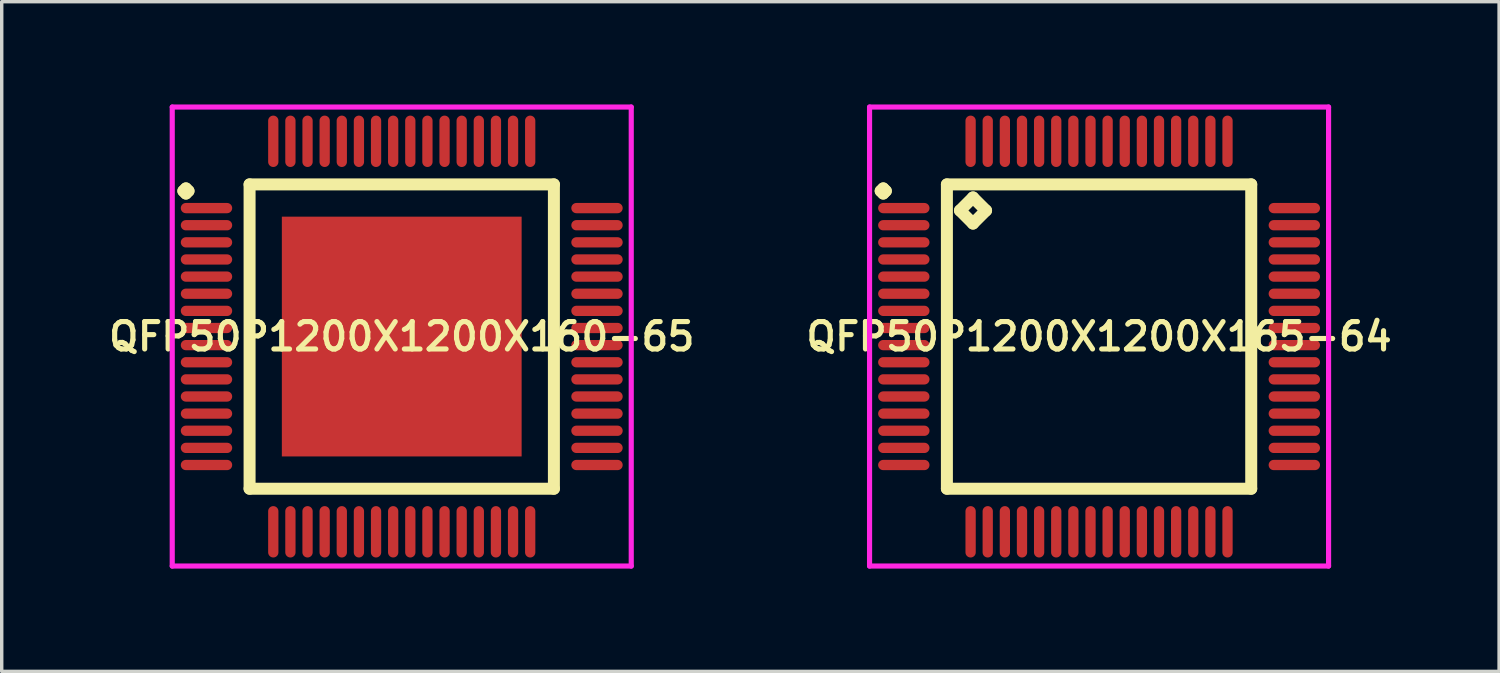
<source format=kicad_pcb>
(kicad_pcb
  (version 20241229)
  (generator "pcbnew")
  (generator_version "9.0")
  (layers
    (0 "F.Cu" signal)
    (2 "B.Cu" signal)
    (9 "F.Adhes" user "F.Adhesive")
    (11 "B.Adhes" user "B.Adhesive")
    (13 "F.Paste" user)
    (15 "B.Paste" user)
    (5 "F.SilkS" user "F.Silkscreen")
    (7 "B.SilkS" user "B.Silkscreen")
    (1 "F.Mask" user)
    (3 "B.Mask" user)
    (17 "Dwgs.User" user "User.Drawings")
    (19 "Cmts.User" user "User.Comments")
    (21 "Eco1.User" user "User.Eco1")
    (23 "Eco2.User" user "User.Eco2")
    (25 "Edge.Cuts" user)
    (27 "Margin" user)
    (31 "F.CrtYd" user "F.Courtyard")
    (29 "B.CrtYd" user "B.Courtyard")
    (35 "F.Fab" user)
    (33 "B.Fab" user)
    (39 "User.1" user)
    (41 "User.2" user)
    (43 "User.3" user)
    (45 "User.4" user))
  (footprint "QFP50P1200X1200X160-65"
    (layer "F.Cu")
    (at 8.678 6.775)
    (property "Reference" "QFP50P1200X1200X160-65" (at 0 0 0) (layer "F.SilkS") (effects (font (size 0.8 0.8) (thickness 0.15))))
    (attr smd)
    (fp_line (start -6.375 -4.25) (end -6.3 -4.325) (stroke (width 0.35) (type solid)) (layer "F.SilkS"))
    (fp_line (start -6.3 -4.325) (end -6.225 -4.25) (stroke (width 0.35) (type solid)) (layer "F.SilkS"))
    (fp_line (start -6.3 -4.175) (end -6.375 -4.25) (stroke (width 0.35) (type solid)) (layer "F.SilkS"))
    (fp_line (start -6.225 -4.25) (end -6.3 -4.175) (stroke (width 0.35) (type solid)) (layer "F.SilkS"))
    (fp_line (start -4.442 -4.442) (end -4.442 4.442) (stroke (width 0.35) (type solid)) (layer "F.SilkS"))
    (fp_line (start -4.442 4.442) (end 4.442 4.442) (stroke (width 0.35) (type solid)) (layer "F.SilkS"))
    (fp_line (start 4.442 -4.442) (end -4.442 -4.442) (stroke (width 0.35) (type solid)) (layer "F.SilkS"))
    (fp_line (start 4.442 4.442) (end 4.442 -4.442) (stroke (width 0.35) (type solid)) (layer "F.SilkS"))
    (fp_line (start -6.7 -6.7) (end 6.7 -6.7) (stroke (width 0.15) (type solid)) (layer "F.CrtYd"))
    (fp_line (start -6.7 6.7) (end -6.7 -6.7) (stroke (width 0.15) (type solid)) (layer "F.CrtYd"))
    (fp_line (start 6.7 -6.7) (end 6.7 6.7) (stroke (width 0.15) (type solid)) (layer "F.CrtYd"))
    (fp_line (start 6.7 6.7) (end -6.7 6.7) (stroke (width 0.15) (type solid)) (layer "F.CrtYd"))
    (pad "1" smd oval (at -5.7 -3.75) (size 1.5 0.3) (layers "F.Cu" "F.Mask" "F.Paste"))
    (pad "2" smd oval (at -5.7 -3.25) (size 1.5 0.3) (layers "F.Cu" "F.Mask" "F.Paste"))
    (pad "3" smd oval (at -5.7 -2.75) (size 1.5 0.3) (layers "F.Cu" "F.Mask" "F.Paste"))
    (pad "4" smd oval (at -5.7 -2.25) (size 1.5 0.3) (layers "F.Cu" "F.Mask" "F.Paste"))
    (pad "5" smd oval (at -5.7 -1.75) (size 1.5 0.3) (layers "F.Cu" "F.Mask" "F.Paste"))
    (pad "6" smd oval (at -5.7 -1.25) (size 1.5 0.3) (layers "F.Cu" "F.Mask" "F.Paste"))
    (pad "7" smd oval (at -5.7 -0.75) (size 1.5 0.3) (layers "F.Cu" "F.Mask" "F.Paste"))
    (pad "8" smd oval (at -5.7 -0.25) (size 1.5 0.3) (layers "F.Cu" "F.Mask" "F.Paste"))
    (pad "9" smd oval (at -5.7 0.25) (size 1.5 0.3) (layers "F.Cu" "F.Mask" "F.Paste"))
    (pad "10" smd oval (at -5.7 0.75) (size 1.5 0.3) (layers "F.Cu" "F.Mask" "F.Paste"))
    (pad "11" smd oval (at -5.7 1.25) (size 1.5 0.3) (layers "F.Cu" "F.Mask" "F.Paste"))
    (pad "12" smd oval (at -5.7 1.75) (size 1.5 0.3) (layers "F.Cu" "F.Mask" "F.Paste"))
    (pad "13" smd oval (at -5.7 2.25) (size 1.5 0.3) (layers "F.Cu" "F.Mask" "F.Paste"))
    (pad "14" smd oval (at -5.7 2.75) (size 1.5 0.3) (layers "F.Cu" "F.Mask" "F.Paste"))
    (pad "15" smd oval (at -5.7 3.25) (size 1.5 0.3) (layers "F.Cu" "F.Mask" "F.Paste"))
    (pad "16" smd oval (at -5.7 3.75) (size 1.5 0.3) (layers "F.Cu" "F.Mask" "F.Paste"))
    (pad "17" smd oval (at -3.75 5.7) (size 0.3 1.5) (layers "F.Cu" "F.Mask" "F.Paste"))
    (pad "18" smd oval (at -3.25 5.7) (size 0.3 1.5) (layers "F.Cu" "F.Mask" "F.Paste"))
    (pad "19" smd oval (at -2.75 5.7) (size 0.3 1.5) (layers "F.Cu" "F.Mask" "F.Paste"))
    (pad "20" smd oval (at -2.25 5.7) (size 0.3 1.5) (layers "F.Cu" "F.Mask" "F.Paste"))
    (pad "21" smd oval (at -1.75 5.7) (size 0.3 1.5) (layers "F.Cu" "F.Mask" "F.Paste"))
    (pad "22" smd oval (at -1.25 5.7) (size 0.3 1.5) (layers "F.Cu" "F.Mask" "F.Paste"))
    (pad "23" smd oval (at -0.75 5.7) (size 0.3 1.5) (layers "F.Cu" "F.Mask" "F.Paste"))
    (pad "24" smd oval (at -0.25 5.7) (size 0.3 1.5) (layers "F.Cu" "F.Mask" "F.Paste"))
    (pad "25" smd oval (at 0.25 5.7) (size 0.3 1.5) (layers "F.Cu" "F.Mask" "F.Paste"))
    (pad "26" smd oval (at 0.75 5.7) (size 0.3 1.5) (layers "F.Cu" "F.Mask" "F.Paste"))
    (pad "27" smd oval (at 1.25 5.7) (size 0.3 1.5) (layers "F.Cu" "F.Mask" "F.Paste"))
    (pad "28" smd oval (at 1.75 5.7) (size 0.3 1.5) (layers "F.Cu" "F.Mask" "F.Paste"))
    (pad "29" smd oval (at 2.25 5.7) (size 0.3 1.5) (layers "F.Cu" "F.Mask" "F.Paste"))
    (pad "30" smd oval (at 2.75 5.7) (size 0.3 1.5) (layers "F.Cu" "F.Mask" "F.Paste"))
    (pad "31" smd oval (at 3.25 5.7) (size 0.3 1.5) (layers "F.Cu" "F.Mask" "F.Paste"))
    (pad "32" smd oval (at 3.75 5.7) (size 0.3 1.5) (layers "F.Cu" "F.Mask" "F.Paste"))
    (pad "33" smd oval (at 5.7 3.75) (size 1.5 0.3) (layers "F.Cu" "F.Mask" "F.Paste"))
    (pad "34" smd oval (at 5.7 3.25) (size 1.5 0.3) (layers "F.Cu" "F.Mask" "F.Paste"))
    (pad "35" smd oval (at 5.7 2.75) (size 1.5 0.3) (layers "F.Cu" "F.Mask" "F.Paste"))
    (pad "36" smd oval (at 5.7 2.25) (size 1.5 0.3) (layers "F.Cu" "F.Mask" "F.Paste"))
    (pad "37" smd oval (at 5.7 1.75) (size 1.5 0.3) (layers "F.Cu" "F.Mask" "F.Paste"))
    (pad "38" smd oval (at 5.7 1.25) (size 1.5 0.3) (layers "F.Cu" "F.Mask" "F.Paste"))
    (pad "39" smd oval (at 5.7 0.75) (size 1.5 0.3) (layers "F.Cu" "F.Mask" "F.Paste"))
    (pad "40" smd oval (at 5.7 0.25) (size 1.5 0.3) (layers "F.Cu" "F.Mask" "F.Paste"))
    (pad "41" smd oval (at 5.7 -0.25) (size 1.5 0.3) (layers "F.Cu" "F.Mask" "F.Paste"))
    (pad "42" smd oval (at 5.7 -0.75) (size 1.5 0.3) (layers "F.Cu" "F.Mask" "F.Paste"))
    (pad "43" smd oval (at 5.7 -1.25) (size 1.5 0.3) (layers "F.Cu" "F.Mask" "F.Paste"))
    (pad "44" smd oval (at 5.7 -1.75) (size 1.5 0.3) (layers "F.Cu" "F.Mask" "F.Paste"))
    (pad "45" smd oval (at 5.7 -2.25) (size 1.5 0.3) (layers "F.Cu" "F.Mask" "F.Paste"))
    (pad "46" smd oval (at 5.7 -2.75) (size 1.5 0.3) (layers "F.Cu" "F.Mask" "F.Paste"))
    (pad "47" smd oval (at 5.7 -3.25) (size 1.5 0.3) (layers "F.Cu" "F.Mask" "F.Paste"))
    (pad "48" smd oval (at 5.7 -3.75) (size 1.5 0.3) (layers "F.Cu" "F.Mask" "F.Paste"))
    (pad "49" smd oval (at 3.75 -5.7) (size 0.3 1.5) (layers "F.Cu" "F.Mask" "F.Paste"))
    (pad "50" smd oval (at 3.25 -5.7) (size 0.3 1.5) (layers "F.Cu" "F.Mask" "F.Paste"))
    (pad "51" smd oval (at 2.75 -5.7) (size 0.3 1.5) (layers "F.Cu" "F.Mask" "F.Paste"))
    (pad "52" smd oval (at 2.25 -5.7) (size 0.3 1.5) (layers "F.Cu" "F.Mask" "F.Paste"))
    (pad "53" smd oval (at 1.75 -5.7) (size 0.3 1.5) (layers "F.Cu" "F.Mask" "F.Paste"))
    (pad "54" smd oval (at 1.25 -5.7) (size 0.3 1.5) (layers "F.Cu" "F.Mask" "F.Paste"))
    (pad "55" smd oval (at 0.75 -5.7) (size 0.3 1.5) (layers "F.Cu" "F.Mask" "F.Paste"))
    (pad "56" smd oval (at 0.25 -5.7) (size 0.3 1.5) (layers "F.Cu" "F.Mask" "F.Paste"))
    (pad "57" smd oval (at -0.25 -5.7) (size 0.3 1.5) (layers "F.Cu" "F.Mask" "F.Paste"))
    (pad "58" smd oval (at -0.75 -5.7) (size 0.3 1.5) (layers "F.Cu" "F.Mask" "F.Paste"))
    (pad "59" smd oval (at -1.25 -5.7) (size 0.3 1.5) (layers "F.Cu" "F.Mask" "F.Paste"))
    (pad "60" smd oval (at -1.75 -5.7) (size 0.3 1.5) (layers "F.Cu" "F.Mask" "F.Paste"))
    (pad "61" smd oval (at -2.25 -5.7) (size 0.3 1.5) (layers "F.Cu" "F.Mask" "F.Paste"))
    (pad "62" smd oval (at -2.75 -5.7) (size 0.3 1.5) (layers "F.Cu" "F.Mask" "F.Paste"))
    (pad "63" smd oval (at -3.25 -5.7) (size 0.3 1.5) (layers "F.Cu" "F.Mask" "F.Paste"))
    (pad "64" smd oval (at -3.75 -5.7) (size 0.3 1.5) (layers "F.Cu" "F.Mask" "F.Paste"))
    (pad "65" smd rect (at 0 0) (size 7 7) (layers "F.Cu" "F.Mask" "F.Paste")))
  (footprint "QFP50P1200X1200X165-64"
    (layer "F.Cu")
    (at 29.035 6.775)
    (property "Reference" "QFP50P1200X1200X165-64" (at 0 0 0) (layer "F.SilkS") (effects (font (size 0.8 0.8) (thickness 0.15))))
    (attr smd)
    (fp_line (start -6.375 -4.25) (end -6.3 -4.325) (stroke (width 0.35) (type solid)) (layer "F.SilkS"))
    (fp_line (start -6.3 -4.325) (end -6.225 -4.25) (stroke (width 0.35) (type solid)) (layer "F.SilkS"))
    (fp_line (start -6.3 -4.175) (end -6.375 -4.25) (stroke (width 0.35) (type solid)) (layer "F.SilkS"))
    (fp_line (start -6.225 -4.25) (end -6.3 -4.175) (stroke (width 0.35) (type solid)) (layer "F.SilkS"))
    (fp_line (start -4.442 -4.442) (end -4.442 4.442) (stroke (width 0.35) (type solid)) (layer "F.SilkS"))
    (fp_line (start -4.442 4.442) (end 4.442 4.442) (stroke (width 0.35) (type solid)) (layer "F.SilkS"))
    (fp_line (start -4.061 -3.68) (end -3.68 -4.061) (stroke (width 0.35) (type solid)) (layer "F.SilkS"))
    (fp_line (start -3.68 -4.061) (end -3.299 -3.68) (stroke (width 0.35) (type solid)) (layer "F.SilkS"))
    (fp_line (start -3.68 -3.299) (end -4.061 -3.68) (stroke (width 0.35) (type solid)) (layer "F.SilkS"))
    (fp_line (start -3.299 -3.68) (end -3.68 -3.299) (stroke (width 0.35) (type solid)) (layer "F.SilkS"))
    (fp_line (start 4.442 -4.442) (end -4.442 -4.442) (stroke (width 0.35) (type solid)) (layer "F.SilkS"))
    (fp_line (start 4.442 4.442) (end 4.442 -4.442) (stroke (width 0.35) (type solid)) (layer "F.SilkS"))
    (fp_line (start -6.7 -6.7) (end 6.7 -6.7) (stroke (width 0.15) (type solid)) (layer "F.CrtYd"))
    (fp_line (start -6.7 6.7) (end -6.7 -6.7) (stroke (width 0.15) (type solid)) (layer "F.CrtYd"))
    (fp_line (start 6.7 -6.7) (end 6.7 6.7) (stroke (width 0.15) (type solid)) (layer "F.CrtYd"))
    (fp_line (start 6.7 6.7) (end -6.7 6.7) (stroke (width 0.15) (type solid)) (layer "F.CrtYd"))
    (pad "1" smd oval (at -5.7 -3.75) (size 1.5 0.3) (layers "F.Cu" "F.Mask" "F.Paste"))
    (pad "2" smd oval (at -5.7 -3.25) (size 1.5 0.3) (layers "F.Cu" "F.Mask" "F.Paste"))
    (pad "3" smd oval (at -5.7 -2.75) (size 1.5 0.3) (layers "F.Cu" "F.Mask" "F.Paste"))
    (pad "4" smd oval (at -5.7 -2.25) (size 1.5 0.3) (layers "F.Cu" "F.Mask" "F.Paste"))
    (pad "5" smd oval (at -5.7 -1.75) (size 1.5 0.3) (layers "F.Cu" "F.Mask" "F.Paste"))
    (pad "6" smd oval (at -5.7 -1.25) (size 1.5 0.3) (layers "F.Cu" "F.Mask" "F.Paste"))
    (pad "7" smd oval (at -5.7 -0.75) (size 1.5 0.3) (layers "F.Cu" "F.Mask" "F.Paste"))
    (pad "8" smd oval (at -5.7 -0.25) (size 1.5 0.3) (layers "F.Cu" "F.Mask" "F.Paste"))
    (pad "9" smd oval (at -5.7 0.25) (size 1.5 0.3) (layers "F.Cu" "F.Mask" "F.Paste"))
    (pad "10" smd oval (at -5.7 0.75) (size 1.5 0.3) (layers "F.Cu" "F.Mask" "F.Paste"))
    (pad "11" smd oval (at -5.7 1.25) (size 1.5 0.3) (layers "F.Cu" "F.Mask" "F.Paste"))
    (pad "12" smd oval (at -5.7 1.75) (size 1.5 0.3) (layers "F.Cu" "F.Mask" "F.Paste"))
    (pad "13" smd oval (at -5.7 2.25) (size 1.5 0.3) (layers "F.Cu" "F.Mask" "F.Paste"))
    (pad "14" smd oval (at -5.7 2.75) (size 1.5 0.3) (layers "F.Cu" "F.Mask" "F.Paste"))
    (pad "15" smd oval (at -5.7 3.25) (size 1.5 0.3) (layers "F.Cu" "F.Mask" "F.Paste"))
    (pad "16" smd oval (at -5.7 3.75) (size 1.5 0.3) (layers "F.Cu" "F.Mask" "F.Paste"))
    (pad "17" smd oval (at -3.75 5.7) (size 0.3 1.5) (layers "F.Cu" "F.Mask" "F.Paste"))
    (pad "18" smd oval (at -3.25 5.7) (size 0.3 1.5) (layers "F.Cu" "F.Mask" "F.Paste"))
    (pad "19" smd oval (at -2.75 5.7) (size 0.3 1.5) (layers "F.Cu" "F.Mask" "F.Paste"))
    (pad "20" smd oval (at -2.25 5.7) (size 0.3 1.5) (layers "F.Cu" "F.Mask" "F.Paste"))
    (pad "21" smd oval (at -1.75 5.7) (size 0.3 1.5) (layers "F.Cu" "F.Mask" "F.Paste"))
    (pad "22" smd oval (at -1.25 5.7) (size 0.3 1.5) (layers "F.Cu" "F.Mask" "F.Paste"))
    (pad "23" smd oval (at -0.75 5.7) (size 0.3 1.5) (layers "F.Cu" "F.Mask" "F.Paste"))
    (pad "24" smd oval (at -0.25 5.7) (size 0.3 1.5) (layers "F.Cu" "F.Mask" "F.Paste"))
    (pad "25" smd oval (at 0.25 5.7) (size 0.3 1.5) (layers "F.Cu" "F.Mask" "F.Paste"))
    (pad "26" smd oval (at 0.75 5.7) (size 0.3 1.5) (layers "F.Cu" "F.Mask" "F.Paste"))
    (pad "27" smd oval (at 1.25 5.7) (size 0.3 1.5) (layers "F.Cu" "F.Mask" "F.Paste"))
    (pad "28" smd oval (at 1.75 5.7) (size 0.3 1.5) (layers "F.Cu" "F.Mask" "F.Paste"))
    (pad "29" smd oval (at 2.25 5.7) (size 0.3 1.5) (layers "F.Cu" "F.Mask" "F.Paste"))
    (pad "30" smd oval (at 2.75 5.7) (size 0.3 1.5) (layers "F.Cu" "F.Mask" "F.Paste"))
    (pad "31" smd oval (at 3.25 5.7) (size 0.3 1.5) (layers "F.Cu" "F.Mask" "F.Paste"))
    (pad "32" smd oval (at 3.75 5.7) (size 0.3 1.5) (layers "F.Cu" "F.Mask" "F.Paste"))
    (pad "33" smd oval (at 5.7 3.75) (size 1.5 0.3) (layers "F.Cu" "F.Mask" "F.Paste"))
    (pad "34" smd oval (at 5.7 3.25) (size 1.5 0.3) (layers "F.Cu" "F.Mask" "F.Paste"))
    (pad "35" smd oval (at 5.7 2.75) (size 1.5 0.3) (layers "F.Cu" "F.Mask" "F.Paste"))
    (pad "36" smd oval (at 5.7 2.25) (size 1.5 0.3) (layers "F.Cu" "F.Mask" "F.Paste"))
    (pad "37" smd oval (at 5.7 1.75) (size 1.5 0.3) (layers "F.Cu" "F.Mask" "F.Paste"))
    (pad "38" smd oval (at 5.7 1.25) (size 1.5 0.3) (layers "F.Cu" "F.Mask" "F.Paste"))
    (pad "39" smd oval (at 5.7 0.75) (size 1.5 0.3) (layers "F.Cu" "F.Mask" "F.Paste"))
    (pad "40" smd oval (at 5.7 0.25) (size 1.5 0.3) (layers "F.Cu" "F.Mask" "F.Paste"))
    (pad "41" smd oval (at 5.7 -0.25) (size 1.5 0.3) (layers "F.Cu" "F.Mask" "F.Paste"))
    (pad "42" smd oval (at 5.7 -0.75) (size 1.5 0.3) (layers "F.Cu" "F.Mask" "F.Paste"))
    (pad "43" smd oval (at 5.7 -1.25) (size 1.5 0.3) (layers "F.Cu" "F.Mask" "F.Paste"))
    (pad "44" smd oval (at 5.7 -1.75) (size 1.5 0.3) (layers "F.Cu" "F.Mask" "F.Paste"))
    (pad "45" smd oval (at 5.7 -2.25) (size 1.5 0.3) (layers "F.Cu" "F.Mask" "F.Paste"))
    (pad "46" smd oval (at 5.7 -2.75) (size 1.5 0.3) (layers "F.Cu" "F.Mask" "F.Paste"))
    (pad "47" smd oval (at 5.7 -3.25) (size 1.5 0.3) (layers "F.Cu" "F.Mask" "F.Paste"))
    (pad "48" smd oval (at 5.7 -3.75) (size 1.5 0.3) (layers "F.Cu" "F.Mask" "F.Paste"))
    (pad "49" smd oval (at 3.75 -5.7) (size 0.3 1.5) (layers "F.Cu" "F.Mask" "F.Paste"))
    (pad "50" smd oval (at 3.25 -5.7) (size 0.3 1.5) (layers "F.Cu" "F.Mask" "F.Paste"))
    (pad "51" smd oval (at 2.75 -5.7) (size 0.3 1.5) (layers "F.Cu" "F.Mask" "F.Paste"))
    (pad "52" smd oval (at 2.25 -5.7) (size 0.3 1.5) (layers "F.Cu" "F.Mask" "F.Paste"))
    (pad "53" smd oval (at 1.75 -5.7) (size 0.3 1.5) (layers "F.Cu" "F.Mask" "F.Paste"))
    (pad "54" smd oval (at 1.25 -5.7) (size 0.3 1.5) (layers "F.Cu" "F.Mask" "F.Paste"))
    (pad "55" smd oval (at 0.75 -5.7) (size 0.3 1.5) (layers "F.Cu" "F.Mask" "F.Paste"))
    (pad "56" smd oval (at 0.25 -5.7) (size 0.3 1.5) (layers "F.Cu" "F.Mask" "F.Paste"))
    (pad "57" smd oval (at -0.25 -5.7) (size 0.3 1.5) (layers "F.Cu" "F.Mask" "F.Paste"))
    (pad "58" smd oval (at -0.75 -5.7) (size 0.3 1.5) (layers "F.Cu" "F.Mask" "F.Paste"))
    (pad "59" smd oval (at -1.25 -5.7) (size 0.3 1.5) (layers "F.Cu" "F.Mask" "F.Paste"))
    (pad "60" smd oval (at -1.75 -5.7) (size 0.3 1.5) (layers "F.Cu" "F.Mask" "F.Paste"))
    (pad "61" smd oval (at -2.25 -5.7) (size 0.3 1.5) (layers "F.Cu" "F.Mask" "F.Paste"))
    (pad "62" smd oval (at -2.75 -5.7) (size 0.3 1.5) (layers "F.Cu" "F.Mask" "F.Paste"))
    (pad "63" smd oval (at -3.25 -5.7) (size 0.3 1.5) (layers "F.Cu" "F.Mask" "F.Paste"))
    (pad "64" smd oval (at -3.75 -5.7) (size 0.3 1.5) (layers "F.Cu" "F.Mask" "F.Paste")))
  (gr_rect
    (start -3 -3)
    (end 40.713 16.55)
    (stroke (width 0.1) (type default))
    (fill no)
    (layer "Edge.Cuts")))
</source>
